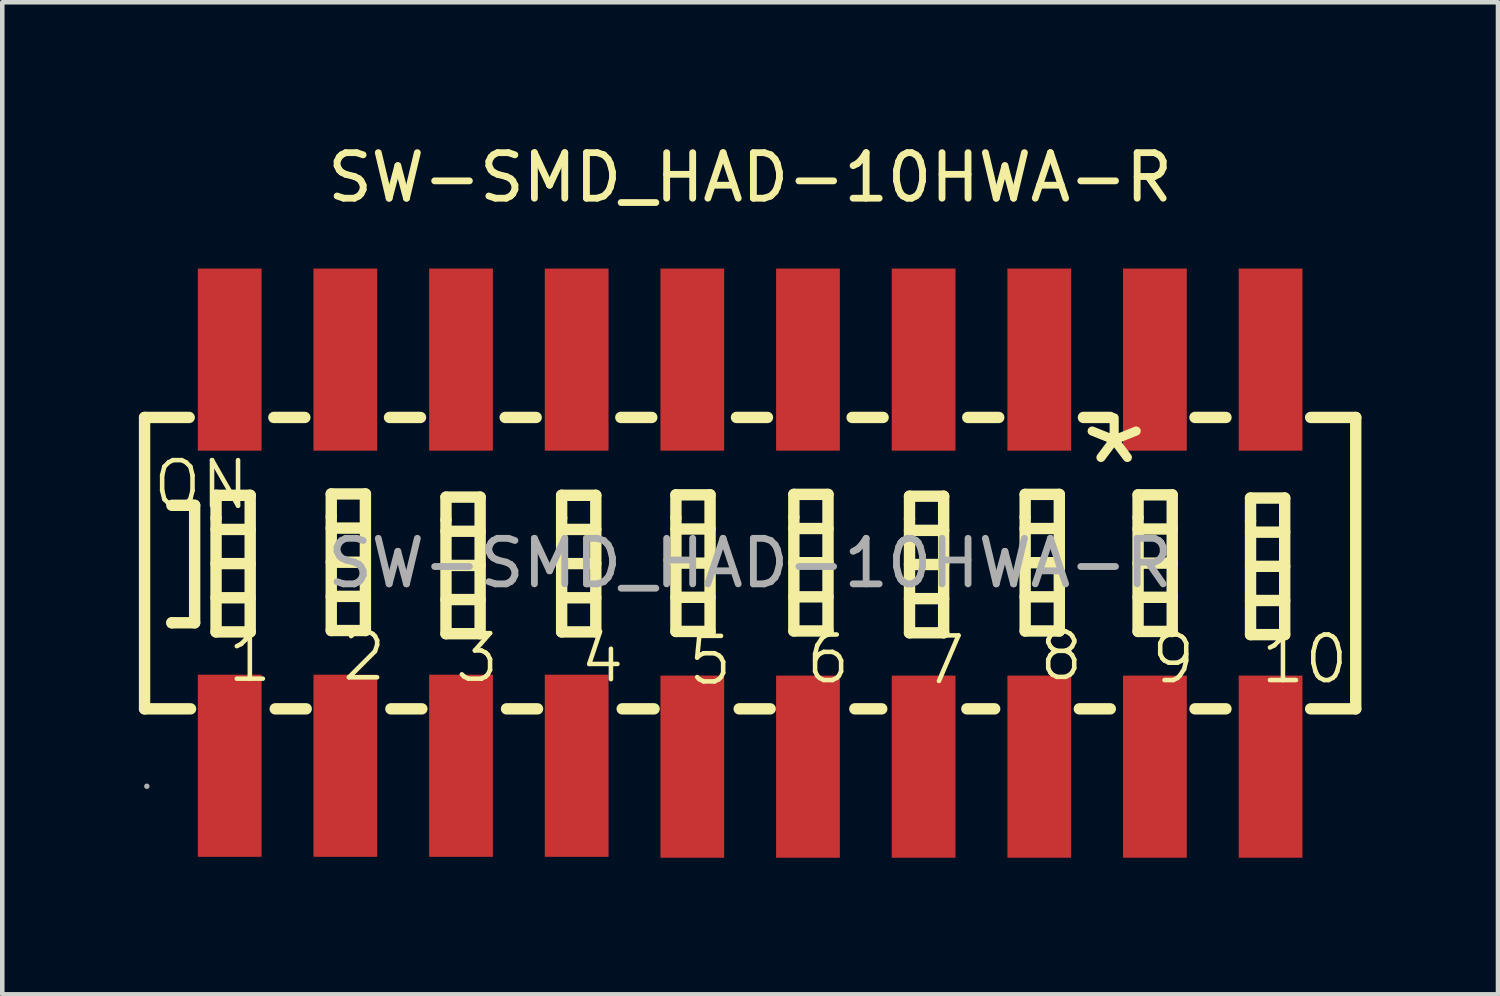
<source format=kicad_pcb>
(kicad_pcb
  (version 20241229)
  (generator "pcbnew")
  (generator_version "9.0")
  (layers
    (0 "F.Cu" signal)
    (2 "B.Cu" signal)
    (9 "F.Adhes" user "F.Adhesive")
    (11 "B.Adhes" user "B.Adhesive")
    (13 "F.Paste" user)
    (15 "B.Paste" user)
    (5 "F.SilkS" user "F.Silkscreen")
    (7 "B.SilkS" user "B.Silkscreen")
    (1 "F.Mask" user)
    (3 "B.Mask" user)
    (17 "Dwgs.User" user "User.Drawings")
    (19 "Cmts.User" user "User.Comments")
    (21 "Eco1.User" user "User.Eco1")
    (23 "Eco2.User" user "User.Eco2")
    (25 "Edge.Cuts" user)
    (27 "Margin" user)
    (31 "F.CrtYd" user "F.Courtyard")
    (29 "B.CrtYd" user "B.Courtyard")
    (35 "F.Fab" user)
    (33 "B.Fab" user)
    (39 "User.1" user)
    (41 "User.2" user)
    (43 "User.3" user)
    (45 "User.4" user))
  (footprint "SW-SMD_HAD-10HWA-R"
    (layer "F.Cu")
    (at 13.425 9.318)
    (property "Reference" "SW-SMD_HAD-10HWA-R" (at 0 -8.47 0) (layer "F.SilkS") (effects (font (size 1 1) (thickness 0.15))))
    (attr through_hole)
    (fp_line (start -13.3 -3.2) (end -13.3 3.2) (stroke (width 0.25) (type solid)) (layer "F.SilkS"))
    (fp_line (start -13.3 -3.2) (end -12.32 -3.2) (stroke (width 0.25) (type solid)) (layer "F.SilkS"))
    (fp_line (start -12.7 -1.27) (end -12.2 -1.27) (stroke (width 0.25) (type solid)) (layer "F.SilkS"))
    (fp_line (start -12.7 1.31) (end -12.7 1.31) (stroke (width 0.25) (type solid)) (layer "F.SilkS"))
    (fp_line (start -12.29 3.2) (end -13.3 3.2) (stroke (width 0.25) (type solid)) (layer "F.SilkS"))
    (fp_line (start -12.2 -1.27) (end -12.2 1.31) (stroke (width 0.25) (type solid)) (layer "F.SilkS"))
    (fp_line (start -12.2 1.31) (end -12.7 1.31) (stroke (width 0.25) (type solid)) (layer "F.SilkS"))
    (fp_line (start -11.73 -1.49) (end -10.98 -1.49) (stroke (width 0.25) (type solid)) (layer "F.SilkS"))
    (fp_line (start -11.73 -0.99) (end -11.73 -1.49) (stroke (width 0.25) (type solid)) (layer "F.SilkS"))
    (fp_line (start -11.73 -0.74) (end -10.98 -0.74) (stroke (width 0.25) (type solid)) (layer "F.SilkS"))
    (fp_line (start -11.73 0.01) (end -10.98 0.01) (stroke (width 0.25) (type solid)) (layer "F.SilkS"))
    (fp_line (start -11.73 0.76) (end -10.98 0.76) (stroke (width 0.25) (type solid)) (layer "F.SilkS"))
    (fp_line (start -11.73 1.51) (end -11.73 -0.99) (stroke (width 0.25) (type solid)) (layer "F.SilkS"))
    (fp_line (start -10.98 -1.49) (end -10.98 1.51) (stroke (width 0.25) (type solid)) (layer "F.SilkS"))
    (fp_line (start -10.98 1.51) (end -11.73 1.51) (stroke (width 0.25) (type solid)) (layer "F.SilkS"))
    (fp_line (start -10.46 -3.2) (end -9.78 -3.2) (stroke (width 0.25) (type solid)) (layer "F.SilkS"))
    (fp_line (start -9.75 3.2) (end -10.43 3.2) (stroke (width 0.25) (type solid)) (layer "F.SilkS"))
    (fp_line (start -9.2 -1.52) (end -8.45 -1.52) (stroke (width 0.25) (type solid)) (layer "F.SilkS"))
    (fp_line (start -9.2 -1.02) (end -9.2 -1.52) (stroke (width 0.25) (type solid)) (layer "F.SilkS"))
    (fp_line (start -9.2 -0.77) (end -8.45 -0.77) (stroke (width 0.25) (type solid)) (layer "F.SilkS"))
    (fp_line (start -9.2 -0.02) (end -8.45 -0.02) (stroke (width 0.25) (type solid)) (layer "F.SilkS"))
    (fp_line (start -9.2 0.73) (end -8.45 0.73) (stroke (width 0.25) (type solid)) (layer "F.SilkS"))
    (fp_line (start -9.2 1.48) (end -9.2 -1.02) (stroke (width 0.25) (type solid)) (layer "F.SilkS"))
    (fp_line (start -8.45 -1.52) (end -8.45 1.48) (stroke (width 0.25) (type solid)) (layer "F.SilkS"))
    (fp_line (start -8.45 1.48) (end -9.2 1.48) (stroke (width 0.25) (type solid)) (layer "F.SilkS"))
    (fp_line (start -7.92 -3.2) (end -7.24 -3.2) (stroke (width 0.25) (type solid)) (layer "F.SilkS"))
    (fp_line (start -7.21 3.2) (end -7.89 3.2) (stroke (width 0.25) (type solid)) (layer "F.SilkS"))
    (fp_line (start -6.68 -1.45) (end -5.93 -1.45) (stroke (width 0.25) (type solid)) (layer "F.SilkS"))
    (fp_line (start -6.68 -0.95) (end -6.68 -1.45) (stroke (width 0.25) (type solid)) (layer "F.SilkS"))
    (fp_line (start -6.68 -0.7) (end -5.93 -0.7) (stroke (width 0.25) (type solid)) (layer "F.SilkS"))
    (fp_line (start -6.68 0.05) (end -5.93 0.05) (stroke (width 0.25) (type solid)) (layer "F.SilkS"))
    (fp_line (start -6.68 0.8) (end -5.93 0.8) (stroke (width 0.25) (type solid)) (layer "F.SilkS"))
    (fp_line (start -6.68 1.55) (end -6.68 -0.95) (stroke (width 0.25) (type solid)) (layer "F.SilkS"))
    (fp_line (start -5.93 -1.45) (end -5.93 1.55) (stroke (width 0.25) (type solid)) (layer "F.SilkS"))
    (fp_line (start -5.93 1.55) (end -6.68 1.55) (stroke (width 0.25) (type solid)) (layer "F.SilkS"))
    (fp_line (start -5.38 -3.2) (end -4.7 -3.2) (stroke (width 0.25) (type solid)) (layer "F.SilkS"))
    (fp_line (start -4.67 3.2) (end -5.35 3.2) (stroke (width 0.25) (type solid)) (layer "F.SilkS"))
    (fp_line (start -4.14 -1.49) (end -3.39 -1.49) (stroke (width 0.25) (type solid)) (layer "F.SilkS"))
    (fp_line (start -4.14 -0.99) (end -4.14 -1.49) (stroke (width 0.25) (type solid)) (layer "F.SilkS"))
    (fp_line (start -4.14 -0.74) (end -3.39 -0.74) (stroke (width 0.25) (type solid)) (layer "F.SilkS"))
    (fp_line (start -4.14 0.01) (end -3.39 0.01) (stroke (width 0.25) (type solid)) (layer "F.SilkS"))
    (fp_line (start -4.14 0.76) (end -3.39 0.76) (stroke (width 0.25) (type solid)) (layer "F.SilkS"))
    (fp_line (start -4.14 1.51) (end -4.14 -0.99) (stroke (width 0.25) (type solid)) (layer "F.SilkS"))
    (fp_line (start -3.39 -1.49) (end -3.39 1.51) (stroke (width 0.25) (type solid)) (layer "F.SilkS"))
    (fp_line (start -3.39 1.51) (end -4.14 1.51) (stroke (width 0.25) (type solid)) (layer "F.SilkS"))
    (fp_line (start -2.84 -3.2) (end -2.16 -3.2) (stroke (width 0.25) (type solid)) (layer "F.SilkS"))
    (fp_line (start -2.11 3.2) (end -2.81 3.2) (stroke (width 0.25) (type solid)) (layer "F.SilkS"))
    (fp_line (start -1.63 -1.5) (end -0.88 -1.5) (stroke (width 0.25) (type solid)) (layer "F.SilkS"))
    (fp_line (start -1.63 -1) (end -1.63 -1.5) (stroke (width 0.25) (type solid)) (layer "F.SilkS"))
    (fp_line (start -1.63 -0.75) (end -0.88 -0.75) (stroke (width 0.25) (type solid)) (layer "F.SilkS"))
    (fp_line (start -1.63 0) (end -0.88 0) (stroke (width 0.25) (type solid)) (layer "F.SilkS"))
    (fp_line (start -1.63 0.75) (end -0.88 0.75) (stroke (width 0.25) (type solid)) (layer "F.SilkS"))
    (fp_line (start -1.63 1.5) (end -1.63 -1) (stroke (width 0.25) (type solid)) (layer "F.SilkS"))
    (fp_line (start -0.88 -1.5) (end -0.88 1.5) (stroke (width 0.25) (type solid)) (layer "F.SilkS"))
    (fp_line (start -0.88 1.5) (end -1.63 1.5) (stroke (width 0.25) (type solid)) (layer "F.SilkS"))
    (fp_line (start -0.3 -3.2) (end 0.38 -3.2) (stroke (width 0.25) (type solid)) (layer "F.SilkS"))
    (fp_line (start 0.44 3.2) (end -0.24 3.2) (stroke (width 0.25) (type solid)) (layer "F.SilkS"))
    (fp_line (start 0.96 -1.51) (end 1.71 -1.51) (stroke (width 0.25) (type solid)) (layer "F.SilkS"))
    (fp_line (start 0.96 -1.01) (end 0.96 -1.51) (stroke (width 0.25) (type solid)) (layer "F.SilkS"))
    (fp_line (start 0.96 -0.76) (end 1.71 -0.76) (stroke (width 0.25) (type solid)) (layer "F.SilkS"))
    (fp_line (start 0.96 -0.01) (end 1.71 -0.01) (stroke (width 0.25) (type solid)) (layer "F.SilkS"))
    (fp_line (start 0.96 0.74) (end 1.71 0.74) (stroke (width 0.25) (type solid)) (layer "F.SilkS"))
    (fp_line (start 0.96 1.49) (end 0.96 -1.01) (stroke (width 0.25) (type solid)) (layer "F.SilkS"))
    (fp_line (start 1.71 -1.51) (end 1.71 1.49) (stroke (width 0.25) (type solid)) (layer "F.SilkS"))
    (fp_line (start 1.71 1.49) (end 0.96 1.49) (stroke (width 0.25) (type solid)) (layer "F.SilkS"))
    (fp_line (start 2.24 -3.2) (end 2.92 -3.2) (stroke (width 0.25) (type solid)) (layer "F.SilkS"))
    (fp_line (start 2.89 3.2) (end 2.3 3.2) (stroke (width 0.25) (type solid)) (layer "F.SilkS"))
    (fp_line (start 3.5 -1.47) (end 4.25 -1.47) (stroke (width 0.25) (type solid)) (layer "F.SilkS"))
    (fp_line (start 3.5 -0.97) (end 3.5 -1.47) (stroke (width 0.25) (type solid)) (layer "F.SilkS"))
    (fp_line (start 3.5 -0.72) (end 4.25 -0.72) (stroke (width 0.25) (type solid)) (layer "F.SilkS"))
    (fp_line (start 3.5 0.03) (end 4.25 0.03) (stroke (width 0.25) (type solid)) (layer "F.SilkS"))
    (fp_line (start 3.5 0.78) (end 4.25 0.78) (stroke (width 0.25) (type solid)) (layer "F.SilkS"))
    (fp_line (start 3.5 1.53) (end 3.5 -0.97) (stroke (width 0.25) (type solid)) (layer "F.SilkS"))
    (fp_line (start 4.25 -1.47) (end 4.25 1.53) (stroke (width 0.25) (type solid)) (layer "F.SilkS"))
    (fp_line (start 4.25 1.53) (end 3.5 1.53) (stroke (width 0.25) (type solid)) (layer "F.SilkS"))
    (fp_line (start 4.78 -3.2) (end 5.46 -3.2) (stroke (width 0.25) (type solid)) (layer "F.SilkS"))
    (fp_line (start 5.37 3.2) (end 4.76 3.2) (stroke (width 0.25) (type solid)) (layer "F.SilkS"))
    (fp_line (start 6.04 -1.51) (end 6.79 -1.51) (stroke (width 0.25) (type solid)) (layer "F.SilkS"))
    (fp_line (start 6.04 -1.01) (end 6.04 -1.51) (stroke (width 0.25) (type solid)) (layer "F.SilkS"))
    (fp_line (start 6.04 -0.76) (end 6.79 -0.76) (stroke (width 0.25) (type solid)) (layer "F.SilkS"))
    (fp_line (start 6.04 -0.01) (end 6.79 -0.01) (stroke (width 0.25) (type solid)) (layer "F.SilkS"))
    (fp_line (start 6.04 0.74) (end 6.79 0.74) (stroke (width 0.25) (type solid)) (layer "F.SilkS"))
    (fp_line (start 6.04 1.49) (end 6.04 -1.01) (stroke (width 0.25) (type solid)) (layer "F.SilkS"))
    (fp_line (start 6.79 -1.51) (end 6.79 1.49) (stroke (width 0.25) (type solid)) (layer "F.SilkS"))
    (fp_line (start 6.79 1.49) (end 6.04 1.49) (stroke (width 0.25) (type solid)) (layer "F.SilkS"))
    (fp_line (start 7.32 -3.2) (end 7.91 -3.2) (stroke (width 0.25) (type solid)) (layer "F.SilkS"))
    (fp_line (start 7.91 3.2) (end 7.23 3.2) (stroke (width 0.25) (type solid)) (layer "F.SilkS"))
    (fp_line (start 8.52 -1.5) (end 9.27 -1.5) (stroke (width 0.25) (type solid)) (layer "F.SilkS"))
    (fp_line (start 8.52 -1) (end 8.52 -1.5) (stroke (width 0.25) (type solid)) (layer "F.SilkS"))
    (fp_line (start 8.52 -0.75) (end 9.27 -0.75) (stroke (width 0.25) (type solid)) (layer "F.SilkS"))
    (fp_line (start 8.52 0) (end 9.27 0) (stroke (width 0.25) (type solid)) (layer "F.SilkS"))
    (fp_line (start 8.52 0.75) (end 9.27 0.75) (stroke (width 0.25) (type solid)) (layer "F.SilkS"))
    (fp_line (start 8.52 1.5) (end 8.52 -1) (stroke (width 0.25) (type solid)) (layer "F.SilkS"))
    (fp_line (start 9.27 -1.5) (end 9.27 1.5) (stroke (width 0.25) (type solid)) (layer "F.SilkS"))
    (fp_line (start 9.27 1.5) (end 8.52 1.5) (stroke (width 0.25) (type solid)) (layer "F.SilkS"))
    (fp_line (start 9.77 -3.2) (end 10.45 -3.2) (stroke (width 0.25) (type solid)) (layer "F.SilkS"))
    (fp_line (start 10.45 3.2) (end 9.77 3.2) (stroke (width 0.25) (type solid)) (layer "F.SilkS"))
    (fp_line (start 10.99 -1.43) (end 11.74 -1.43) (stroke (width 0.25) (type solid)) (layer "F.SilkS"))
    (fp_line (start 10.99 -0.93) (end 10.99 -1.43) (stroke (width 0.25) (type solid)) (layer "F.SilkS"))
    (fp_line (start 10.99 -0.68) (end 11.74 -0.68) (stroke (width 0.25) (type solid)) (layer "F.SilkS"))
    (fp_line (start 10.99 0.07) (end 11.74 0.07) (stroke (width 0.25) (type solid)) (layer "F.SilkS"))
    (fp_line (start 10.99 0.82) (end 11.74 0.82) (stroke (width 0.25) (type solid)) (layer "F.SilkS"))
    (fp_line (start 10.99 1.57) (end 10.99 -0.93) (stroke (width 0.25) (type solid)) (layer "F.SilkS"))
    (fp_line (start 11.74 -1.43) (end 11.74 1.57) (stroke (width 0.25) (type solid)) (layer "F.SilkS"))
    (fp_line (start 11.74 1.57) (end 10.99 1.57) (stroke (width 0.25) (type solid)) (layer "F.SilkS"))
    (fp_line (start 12.31 -3.2) (end 13.3 -3.2) (stroke (width 0.25) (type solid)) (layer "F.SilkS"))
    (fp_line (start 13.3 -3.2) (end 13.3 3.2) (stroke (width 0.25) (type solid)) (layer "F.SilkS"))
    (fp_line (start 13.3 3.2) (end 12.31 3.2) (stroke (width 0.25) (type solid)) (layer "F.SilkS"))
    (fp_circle (center -13.25 4.9) (end -13.22 4.9) (stroke (width 0.06) (type solid)) (fill no) (layer "F.Fab"))
    (fp_text user "9" (at 8.75 2.11 0) (layer "F.SilkS") (effects (font (size 1 1) (thickness 0.1)) (justify left)))
    (fp_text user "2" (at -9.02 2.05 0) (layer "F.SilkS") (effects (font (size 1 1) (thickness 0.1)) (justify left)))
    (fp_text user "ON" (at -13.17 -1.72 0) (layer "F.SilkS") (effects (font (size 1 1) (thickness 0.1)) (justify left)))
    (fp_text user "6" (at 1.17 2.11 0) (layer "F.SilkS") (effects (font (size 1 1) (thickness 0.1)) (justify left)))
    (fp_text user "*" (at 7.09 -2.09 0) (layer "F.SilkS") (effects (font (size 2.03 2.03) (thickness 0.2)) (justify left)))
    (fp_text user "4" (at -3.79 2.09 0) (layer "F.SilkS") (effects (font (size 1 1) (thickness 0.1)) (justify left)))
    (fp_text user "3" (at -6.54 2.08 0) (layer "F.SilkS") (effects (font (size 1 1) (thickness 0.1)) (justify left)))
    (fp_text user "8" (at 6.29 2.04 0) (layer "F.SilkS") (effects (font (size 1 1) (thickness 0.1)) (justify left)))
    (fp_text user "1" (at -11.53 2.08 0) (layer "F.SilkS") (effects (font (size 1 1) (thickness 0.1)) (justify left)))
    (fp_text user "5" (at -1.42 2.14 0) (layer "F.SilkS") (effects (font (size 1 1) (thickness 0.1)) (justify left)))
    (fp_text user "10" (at 11.16 2.11 0) (layer "F.SilkS") (effects (font (size 1 1) (thickness 0.1)) (justify left)))
    (fp_text user "7" (at 3.7 2.13 0) (layer "F.SilkS") (effects (font (size 1 1) (thickness 0.1)) (justify left)))
    (fp_text user "${REFERENCE}" (at 0 0 0) (layer "F.Fab") (effects (font (size 1 1) (thickness 0.15))))
    (pad "1" smd rect (at -11.43 4.45 180) (size 1.4 4) (layers "F.Cu" "F.Mask" "F.Paste"))
    (pad "2" smd rect (at -8.89 4.45 180) (size 1.4 4) (layers "F.Cu" "F.Mask" "F.Paste"))
    (pad "3" smd rect (at -6.35 4.45 180) (size 1.4 4) (layers "F.Cu" "F.Mask" "F.Paste"))
    (pad "4" smd rect (at -3.81 4.45 180) (size 1.4 4) (layers "F.Cu" "F.Mask" "F.Paste"))
    (pad "5" smd rect (at -1.27 4.47) (size 1.4 4) (layers "F.Cu" "F.Mask" "F.Paste"))
    (pad "6" smd rect (at 1.27 4.47) (size 1.4 4) (layers "F.Cu" "F.Mask" "F.Paste"))
    (pad "7" smd rect (at 3.81 4.47) (size 1.4 4) (layers "F.Cu" "F.Mask" "F.Paste"))
    (pad "8" smd rect (at 6.35 4.47) (size 1.4 4) (layers "F.Cu" "F.Mask" "F.Paste"))
    (pad "9" smd rect (at 8.89 4.47) (size 1.4 4) (layers "F.Cu" "F.Mask" "F.Paste"))
    (pad "10" smd rect (at 11.43 4.47) (size 1.4 4) (layers "F.Cu" "F.Mask" "F.Paste"))
    (pad "11" smd rect (at 11.43 -4.47) (size 1.4 4) (layers "F.Cu" "F.Mask" "F.Paste"))
    (pad "12" smd rect (at 8.89 -4.47) (size 1.4 4) (layers "F.Cu" "F.Mask" "F.Paste"))
    (pad "13" smd rect (at 6.35 -4.47) (size 1.4 4) (layers "F.Cu" "F.Mask" "F.Paste"))
    (pad "14" smd rect (at 3.81 -4.47) (size 1.4 4) (layers "F.Cu" "F.Mask" "F.Paste"))
    (pad "15" smd rect (at 1.27 -4.47) (size 1.4 4) (layers "F.Cu" "F.Mask" "F.Paste"))
    (pad "16" smd rect (at -1.27 -4.47) (size 1.4 4) (layers "F.Cu" "F.Mask" "F.Paste"))
    (pad "17" smd rect (at -3.81 -4.47) (size 1.4 4) (layers "F.Cu" "F.Mask" "F.Paste"))
    (pad "18" smd rect (at -6.35 -4.47) (size 1.4 4) (layers "F.Cu" "F.Mask" "F.Paste"))
    (pad "19" smd rect (at -8.89 -4.47) (size 1.4 4) (layers "F.Cu" "F.Mask" "F.Paste"))
    (pad "20" smd rect (at -11.43 -4.47) (size 1.4 4) (layers "F.Cu" "F.Mask" "F.Paste")))
  (gr_rect
    (start -3 -3)
    (end 29.85 18.788)
    (stroke (width 0.1) (type default))
    (fill no)
    (layer "Edge.Cuts")))
</source>
